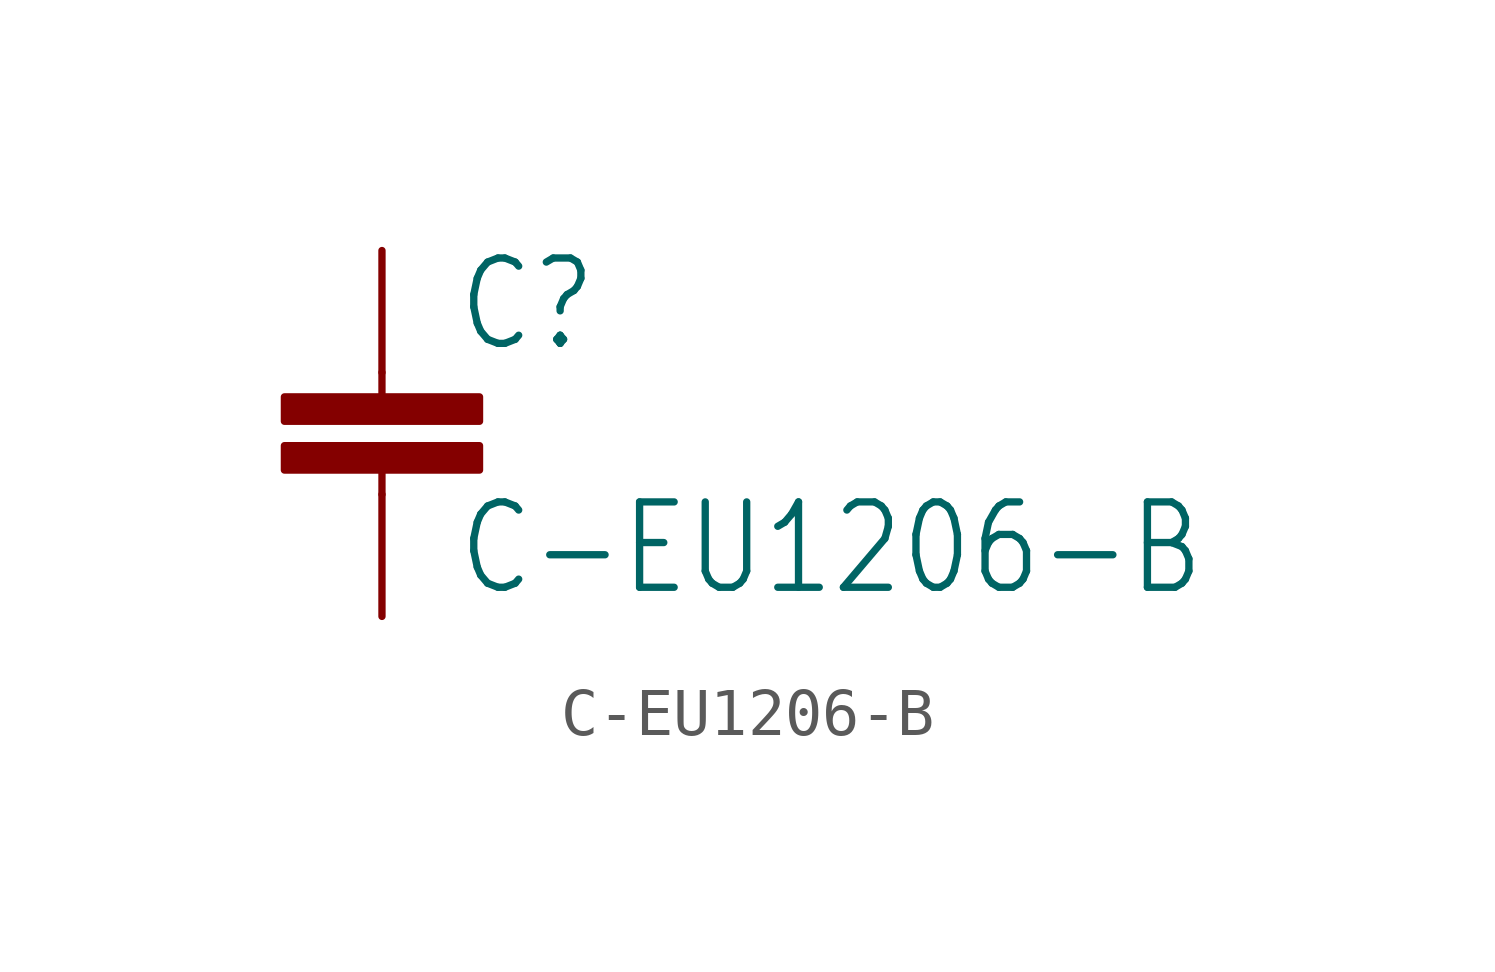
<source format=kicad_sym>
(kicad_symbol_lib
  (version 20211014)
  (generator kicad_symbol_editor)
  (symbol "C-EU1206-B"
    (property "Reference" "C"
      (at 1.524 0.381 0)
      (effects (font (size 1.778 1.511)) (justify left bottom)))
    (property "Value" "C-EU1206-B"
      (at 1.524 -4.699 0)
      (effects (font (size 1.778 1.511)) (justify left bottom)))
    (property "ki_locked" ""
      (at 0 0 0)
      (effects (font (size 1.27 1.27))))
    (symbol "C-EU1206-B_1_0"
      (rectangle (start -2.032 -2.032) (end 2.032 -1.524) (stroke (width 0) (type default)) (fill (type outline)))
      (rectangle (start -2.032 -1.016) (end 2.032 -0.508) (stroke (width 0) (type default)) (fill (type outline)))
      (polyline (pts (xy 0 -2.54) (xy 0 -2.032)) (stroke (width 0.152) (type default)) (fill (type none)))
      (polyline (pts (xy 0 0) (xy 0 -0.508)) (stroke (width 0.152) (type default)) (fill (type none)))
      (pin passive line (at 0 2.54 270) (length 2.54) (name "1" (effects (font (size 0 0)))) (number "1" (effects (font (size 0 0)))))
      (pin passive line (at 0 -5.08 90) (length 2.54) (name "2" (effects (font (size 0 0)))) (number "2" (effects (font (size 0 0))))))))
</source>
